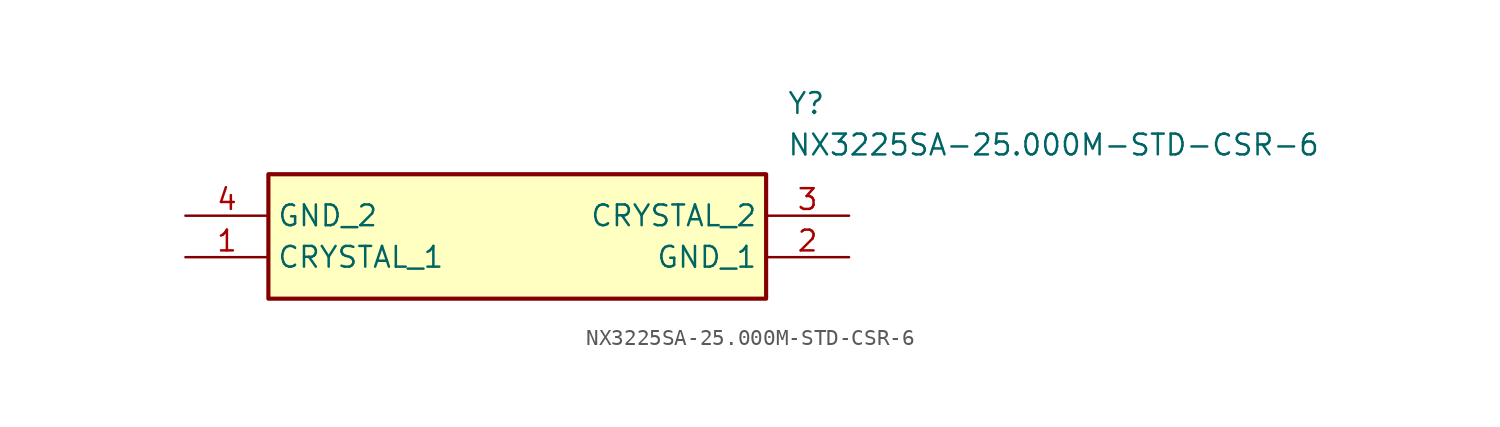
<source format=kicad_sym>
(kicad_symbol_lib
  (version 20211014)
  (generator SamacSys_ECAD_Model)
  (symbol "NX3225SA-25.000M-STD-CSR-6"
    (property "Reference" "Y"
      (at 36.83 7.62 0)
      (effects (font (size 1.27 1.27)) (justify left top)))
    (property "Value" "NX3225SA-25.000M-STD-CSR-6"
      (at 36.83 5.08 0)
      (effects (font (size 1.27 1.27)) (justify left top)))
    (rectangle
      (start 5.08 2.54)
      (end 35.56 -5.08)
      (stroke (width 0.254) (type default))
      (fill (type background)))
    (pin passive line
      (at 0 -2.54 0)
      (length 5.08)
      (name "CRYSTAL_1" (effects (font (size 1.27 1.27))))
      (number "1" (effects (font (size 1.27 1.27)))))
    (pin passive line
      (at 40.64 -2.54 180)
      (length 5.08)
      (name "GND_1" (effects (font (size 1.27 1.27))))
      (number "2" (effects (font (size 1.27 1.27)))))
    (pin passive line
      (at 40.64 0 180)
      (length 5.08)
      (name "CRYSTAL_2" (effects (font (size 1.27 1.27))))
      (number "3" (effects (font (size 1.27 1.27)))))
    (pin passive line
      (at 0 0 0)
      (length 5.08)
      (name "GND_2" (effects (font (size 1.27 1.27))))
      (number "4" (effects (font (size 1.27 1.27)))))))
</source>
